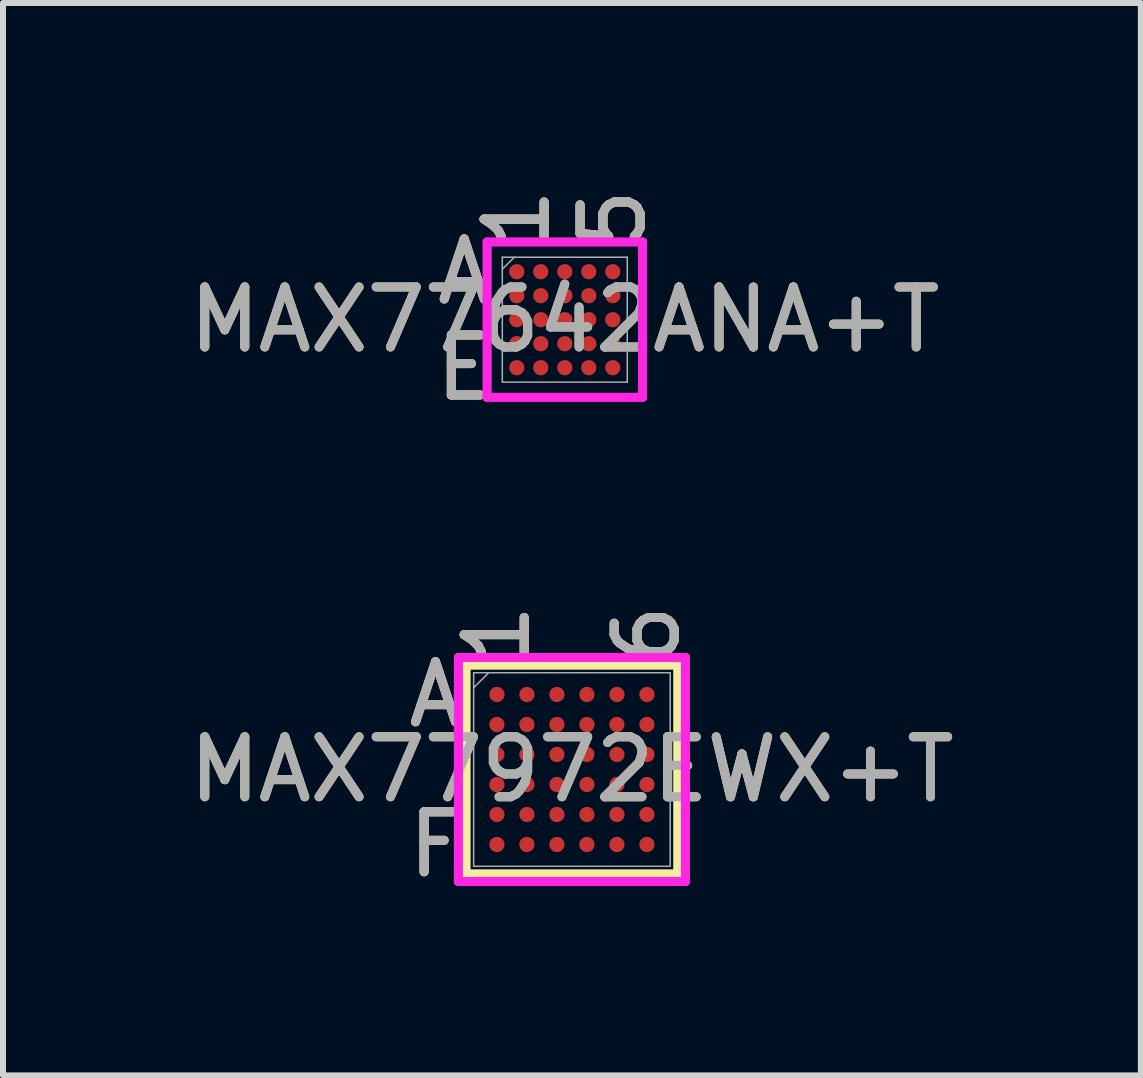
<source format=kicad_pcb>
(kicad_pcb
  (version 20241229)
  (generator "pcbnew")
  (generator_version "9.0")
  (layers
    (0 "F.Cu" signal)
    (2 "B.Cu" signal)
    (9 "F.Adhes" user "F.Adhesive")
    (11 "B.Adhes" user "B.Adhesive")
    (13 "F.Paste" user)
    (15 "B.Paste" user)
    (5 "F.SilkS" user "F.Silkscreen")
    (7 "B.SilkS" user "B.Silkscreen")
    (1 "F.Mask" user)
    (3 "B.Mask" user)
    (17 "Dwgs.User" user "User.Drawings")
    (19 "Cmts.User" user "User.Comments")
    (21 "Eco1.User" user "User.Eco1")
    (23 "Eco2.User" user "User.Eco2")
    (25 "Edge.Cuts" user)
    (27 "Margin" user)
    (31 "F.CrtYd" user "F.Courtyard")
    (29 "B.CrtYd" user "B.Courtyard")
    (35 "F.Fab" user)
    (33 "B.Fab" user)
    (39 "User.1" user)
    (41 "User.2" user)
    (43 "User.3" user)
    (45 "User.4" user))
  (footprint "MAX77972EWX+T"
    (layer "F.Cu")
    (at 6.482 9.775)
    (property "Reference" "MAX77972EWX+T" (at 0 0 0) (unlocked yes) (layer "F.SilkS") (effects (font (size 1 1) (thickness 0.15))))
    (attr smd)
    (fp_line (start -1.765 -1.74) (end -1.765 1.74) (stroke (width 0.152) (type solid)) (layer "F.SilkS"))
    (fp_line (start -1.765 1.74) (end 1.765 1.74) (stroke (width 0.152) (type solid)) (layer "F.SilkS"))
    (fp_line (start 1.765 -1.74) (end -1.765 -1.74) (stroke (width 0.152) (type solid)) (layer "F.SilkS"))
    (fp_line (start 1.765 1.74) (end 1.765 -1.74) (stroke (width 0.152) (type solid)) (layer "F.SilkS"))
    (fp_poly (pts (xy -1.944 -1.944) (xy 1.944 -1.944) (xy 1.944 1.944) (xy -1.944 1.944)) (stroke (width 0.1) (type solid)) (fill no) (layer "Eco2.User"))
    (fp_line (start -1.892 -1.867) (end 1.892 -1.867) (stroke (width 0.152) (type solid)) (layer "F.CrtYd"))
    (fp_line (start -1.892 1.867) (end -1.892 -1.867) (stroke (width 0.152) (type solid)) (layer "F.CrtYd"))
    (fp_line (start 1.892 -1.867) (end 1.892 1.867) (stroke (width 0.152) (type solid)) (layer "F.CrtYd"))
    (fp_line (start 1.892 1.867) (end -1.892 1.867) (stroke (width 0.152) (type solid)) (layer "F.CrtYd"))
    (fp_line (start -1.638 -1.613) (end -1.638 1.613) (stroke (width 0.025) (type solid)) (layer "F.Fab"))
    (fp_line (start -1.638 1.613) (end 1.638 1.613) (stroke (width 0.025) (type solid)) (layer "F.Fab"))
    (fp_line (start -1.388 -1.613) (end -1.638 -1.363) (stroke (width 0.025) (type solid)) (layer "F.Fab"))
    (fp_line (start 1.638 -1.613) (end -1.638 -1.613) (stroke (width 0.025) (type solid)) (layer "F.Fab"))
    (fp_line (start 1.638 1.613) (end 1.638 -1.613) (stroke (width 0.025) (type solid)) (layer "F.Fab"))
    (fp_text user "F" (at -2.273 1.25 0) (unlocked yes) (layer "F.SilkS") (effects (font (size 1 1) (thickness 0.15))))
    (fp_text user "6" (at 1.25 -2.248 90) (unlocked yes) (layer "F.SilkS") (effects (font (size 1 1) (thickness 0.15))))
    (fp_text user "A" (at -2.273 -1.25 0) (unlocked yes) (layer "F.SilkS") (effects (font (size 1 1) (thickness 0.15))))
    (fp_text user "1" (at -1.25 -2.248 90) (unlocked yes) (layer "F.SilkS") (effects (font (size 1 1) (thickness 0.15))))
    (fp_text user "F" (at -2.273 1.25 0) (unlocked yes) (layer "B.SilkS") (effects (font (size 1 1) (thickness 0.15))))
    (fp_text user "6" (at 1.25 -2.248 90) (unlocked yes) (layer "B.SilkS") (effects (font (size 1 1) (thickness 0.15))))
    (fp_text user "1" (at -1.25 -2.248 90) (unlocked yes) (layer "B.SilkS") (effects (font (size 1 1) (thickness 0.15))))
    (fp_text user "A" (at -2.273 -1.25 0) (unlocked yes) (layer "B.SilkS") (effects (font (size 1 1) (thickness 0.15))))
    (fp_text user "A" (at -2.273 -1.25 0) (unlocked yes) (layer "F.Fab") (effects (font (size 1 1) (thickness 0.15))))
    (fp_text user "F" (at -2.273 1.25 0) (unlocked yes) (layer "F.Fab") (effects (font (size 1 1) (thickness 0.15))))
    (fp_text user "1" (at -1.25 -2.248 90) (unlocked yes) (layer "F.Fab") (effects (font (size 1 1) (thickness 0.15))))
    (fp_text user "${REFERENCE}" (at 0 0 0) (unlocked yes) (layer "F.Fab") (effects (font (size 1 1) (thickness 0.15))))
    (fp_text user "6" (at 1.25 -2.248 90) (unlocked yes) (layer "F.Fab") (effects (font (size 1 1) (thickness 0.15))))
    (pad "A1" smd circle (at -1.25 -1.25) (size 0.254 0.254) (layers "F.Cu" "F.Mask" "F.Paste"))
    (pad "A2" smd circle (at -0.75 -1.25) (size 0.254 0.254) (layers "F.Cu" "F.Mask" "F.Paste"))
    (pad "A3" smd circle (at -0.25 -1.25) (size 0.254 0.254) (layers "F.Cu" "F.Mask" "F.Paste"))
    (pad "A4" smd circle (at 0.25 -1.25) (size 0.254 0.254) (layers "F.Cu" "F.Mask" "F.Paste"))
    (pad "A5" smd circle (at 0.75 -1.25) (size 0.254 0.254) (layers "F.Cu" "F.Mask" "F.Paste"))
    (pad "A6" smd circle (at 1.25 -1.25) (size 0.254 0.254) (layers "F.Cu" "F.Mask" "F.Paste"))
    (pad "B1" smd circle (at -1.25 -0.75) (size 0.254 0.254) (layers "F.Cu" "F.Mask" "F.Paste"))
    (pad "B2" smd circle (at -0.75 -0.75) (size 0.254 0.254) (layers "F.Cu" "F.Mask" "F.Paste"))
    (pad "B3" smd circle (at -0.25 -0.75) (size 0.254 0.254) (layers "F.Cu" "F.Mask" "F.Paste"))
    (pad "B4" smd circle (at 0.25 -0.75) (size 0.254 0.254) (layers "F.Cu" "F.Mask" "F.Paste"))
    (pad "B5" smd circle (at 0.75 -0.75) (size 0.254 0.254) (layers "F.Cu" "F.Mask" "F.Paste"))
    (pad "B6" smd circle (at 1.25 -0.75) (size 0.254 0.254) (layers "F.Cu" "F.Mask" "F.Paste"))
    (pad "C1" smd circle (at -1.25 -0.25) (size 0.254 0.254) (layers "F.Cu" "F.Mask" "F.Paste"))
    (pad "C2" smd circle (at -0.75 -0.25) (size 0.254 0.254) (layers "F.Cu" "F.Mask" "F.Paste"))
    (pad "C3" smd circle (at -0.25 -0.25) (size 0.254 0.254) (layers "F.Cu" "F.Mask" "F.Paste"))
    (pad "C4" smd circle (at 0.25 -0.25) (size 0.254 0.254) (layers "F.Cu" "F.Mask" "F.Paste"))
    (pad "C5" smd circle (at 0.75 -0.25) (size 0.254 0.254) (layers "F.Cu" "F.Mask" "F.Paste"))
    (pad "C6" smd circle (at 1.25 -0.25) (size 0.254 0.254) (layers "F.Cu" "F.Mask" "F.Paste"))
    (pad "D1" smd circle (at -1.25 0.25) (size 0.254 0.254) (layers "F.Cu" "F.Mask" "F.Paste"))
    (pad "D2" smd circle (at -0.75 0.25) (size 0.254 0.254) (layers "F.Cu" "F.Mask" "F.Paste"))
    (pad "D3" smd circle (at -0.25 0.25) (size 0.254 0.254) (layers "F.Cu" "F.Mask" "F.Paste"))
    (pad "D4" smd circle (at 0.25 0.25) (size 0.254 0.254) (layers "F.Cu" "F.Mask" "F.Paste"))
    (pad "D5" smd circle (at 0.75 0.25) (size 0.254 0.254) (layers "F.Cu" "F.Mask" "F.Paste"))
    (pad "D6" smd circle (at 1.25 0.25) (size 0.254 0.254) (layers "F.Cu" "F.Mask" "F.Paste"))
    (pad "E1" smd circle (at -1.25 0.75) (size 0.254 0.254) (layers "F.Cu" "F.Mask" "F.Paste"))
    (pad "E2" smd circle (at -0.75 0.75) (size 0.254 0.254) (layers "F.Cu" "F.Mask" "F.Paste"))
    (pad "E3" smd circle (at -0.25 0.75) (size 0.254 0.254) (layers "F.Cu" "F.Mask" "F.Paste"))
    (pad "E4" smd circle (at 0.25 0.75) (size 0.254 0.254) (layers "F.Cu" "F.Mask" "F.Paste"))
    (pad "E5" smd circle (at 0.75 0.75) (size 0.254 0.254) (layers "F.Cu" "F.Mask" "F.Paste"))
    (pad "E6" smd circle (at 1.25 0.75) (size 0.254 0.254) (layers "F.Cu" "F.Mask" "F.Paste"))
    (pad "F1" smd circle (at -1.25 1.25) (size 0.254 0.254) (layers "F.Cu" "F.Mask" "F.Paste"))
    (pad "F2" smd circle (at -0.75 1.25) (size 0.254 0.254) (layers "F.Cu" "F.Mask" "F.Paste"))
    (pad "F3" smd circle (at -0.25 1.25) (size 0.254 0.254) (layers "F.Cu" "F.Mask" "F.Paste"))
    (pad "F4" smd circle (at 0.25 1.25) (size 0.254 0.254) (layers "F.Cu" "F.Mask" "F.Paste"))
    (pad "F5" smd circle (at 0.75 1.25) (size 0.254 0.254) (layers "F.Cu" "F.Mask" "F.Paste"))
    (pad "F6" smd circle (at 1.25 1.25) (size 0.254 0.254) (layers "F.Cu" "F.Mask" "F.Paste")))
  (footprint "MAX77642ANA+T"
    (layer "F.Cu")
    (at 6.363 2.278)
    (property "Reference" "MAX77642ANA+T" (at 0 0 0) (unlocked yes) (layer "F.SilkS") (effects (font (size 1 1) (thickness 0.15))))
    (attr smd)
    (fp_poly (pts (xy -1.445 -1.445) (xy 1.445 -1.445) (xy 1.445 1.445) (xy -1.445 1.445)) (stroke (width 0.1) (type solid)) (fill no) (layer "Eco2.User"))
    (fp_line (start -1.295 -1.295) (end 1.295 -1.295) (stroke (width 0.152) (type solid)) (layer "F.CrtYd"))
    (fp_line (start -1.295 1.295) (end -1.295 -1.295) (stroke (width 0.152) (type solid)) (layer "F.CrtYd"))
    (fp_line (start 1.295 -1.295) (end 1.295 1.295) (stroke (width 0.152) (type solid)) (layer "F.CrtYd"))
    (fp_line (start 1.295 1.295) (end -1.295 1.295) (stroke (width 0.152) (type solid)) (layer "F.CrtYd"))
    (fp_line (start -1.041 -1.041) (end -1.041 1.041) (stroke (width 0.025) (type solid)) (layer "F.Fab"))
    (fp_line (start -1.041 1.041) (end 1.041 1.041) (stroke (width 0.025) (type solid)) (layer "F.Fab"))
    (fp_line (start -0.841 -1.041) (end -1.041 -0.841) (stroke (width 0.025) (type solid)) (layer "F.Fab"))
    (fp_line (start 1.041 -1.041) (end -1.041 -1.041) (stroke (width 0.025) (type solid)) (layer "F.Fab"))
    (fp_line (start 1.041 1.041) (end 1.041 -1.041) (stroke (width 0.025) (type solid)) (layer "F.Fab"))
    (fp_text user "1" (at -0.8 -1.676 90) (unlocked yes) (layer "F.SilkS") (effects (font (size 1 1) (thickness 0.15))))
    (fp_text user "5" (at 0.8 -1.676 90) (unlocked yes) (layer "F.SilkS") (effects (font (size 1 1) (thickness 0.15))))
    (fp_text user "E" (at -1.676 0.8 0) (unlocked yes) (layer "F.SilkS") (effects (font (size 1 1) (thickness 0.15))))
    (fp_text user "A" (at -1.676 -0.8 0) (unlocked yes) (layer "F.SilkS") (effects (font (size 1 1) (thickness 0.15))))
    (fp_text user "A" (at -1.676 -0.8 0) (unlocked yes) (layer "B.SilkS") (effects (font (size 1 1) (thickness 0.15))))
    (fp_text user "5" (at 0.8 -1.676 90) (unlocked yes) (layer "B.SilkS") (effects (font (size 1 1) (thickness 0.15))))
    (fp_text user "E" (at -1.676 0.8 0) (unlocked yes) (layer "B.SilkS") (effects (font (size 1 1) (thickness 0.15))))
    (fp_text user "1" (at -0.8 -1.676 90) (unlocked yes) (layer "B.SilkS") (effects (font (size 1 1) (thickness 0.15))))
    (fp_text user "5" (at 0.8 -1.676 90) (unlocked yes) (layer "F.Fab") (effects (font (size 1 1) (thickness 0.15))))
    (fp_text user "A" (at -1.676 -0.8 0) (unlocked yes) (layer "F.Fab") (effects (font (size 1 1) (thickness 0.15))))
    (fp_text user "1" (at -0.8 -1.676 90) (unlocked yes) (layer "F.Fab") (effects (font (size 1 1) (thickness 0.15))))
    (fp_text user "E" (at -1.676 0.8 0) (unlocked yes) (layer "F.Fab") (effects (font (size 1 1) (thickness 0.15))))
    (fp_text user "${REFERENCE}" (at 0 0 0) (unlocked yes) (layer "F.Fab") (effects (font (size 1 1) (thickness 0.15))))
    (pad "A1" smd circle (at -0.8 -0.8) (size 0.254 0.254) (layers "F.Cu" "F.Mask" "F.Paste"))
    (pad "A2" smd circle (at -0.4 -0.8) (size 0.254 0.254) (layers "F.Cu" "F.Mask" "F.Paste"))
    (pad "A3" smd circle (at 0 -0.8) (size 0.254 0.254) (layers "F.Cu" "F.Mask" "F.Paste"))
    (pad "A4" smd circle (at 0.4 -0.8) (size 0.254 0.254) (layers "F.Cu" "F.Mask" "F.Paste"))
    (pad "A5" smd circle (at 0.8 -0.8) (size 0.254 0.254) (layers "F.Cu" "F.Mask" "F.Paste"))
    (pad "B1" smd circle (at -0.8 -0.4) (size 0.254 0.254) (layers "F.Cu" "F.Mask" "F.Paste"))
    (pad "B2" smd circle (at -0.4 -0.4) (size 0.254 0.254) (layers "F.Cu" "F.Mask" "F.Paste"))
    (pad "B3" smd circle (at 0 -0.4) (size 0.254 0.254) (layers "F.Cu" "F.Mask" "F.Paste"))
    (pad "B4" smd circle (at 0.4 -0.4) (size 0.254 0.254) (layers "F.Cu" "F.Mask" "F.Paste"))
    (pad "B5" smd circle (at 0.8 -0.4) (size 0.254 0.254) (layers "F.Cu" "F.Mask" "F.Paste"))
    (pad "C1" smd circle (at -0.8 0) (size 0.254 0.254) (layers "F.Cu" "F.Mask" "F.Paste"))
    (pad "C2" smd circle (at -0.4 0) (size 0.254 0.254) (layers "F.Cu" "F.Mask" "F.Paste"))
    (pad "C3" smd circle (at 0 0) (size 0.254 0.254) (layers "F.Cu" "F.Mask" "F.Paste"))
    (pad "C4" smd circle (at 0.4 0) (size 0.254 0.254) (layers "F.Cu" "F.Mask" "F.Paste"))
    (pad "C5" smd circle (at 0.8 0) (size 0.254 0.254) (layers "F.Cu" "F.Mask" "F.Paste"))
    (pad "D1" smd circle (at -0.8 0.4) (size 0.254 0.254) (layers "F.Cu" "F.Mask" "F.Paste"))
    (pad "D2" smd circle (at -0.4 0.4) (size 0.254 0.254) (layers "F.Cu" "F.Mask" "F.Paste"))
    (pad "D3" smd circle (at 0 0.4) (size 0.254 0.254) (layers "F.Cu" "F.Mask" "F.Paste"))
    (pad "D4" smd circle (at 0.4 0.4) (size 0.254 0.254) (layers "F.Cu" "F.Mask" "F.Paste"))
    (pad "D5" smd circle (at 0.8 0.4) (size 0.254 0.254) (layers "F.Cu" "F.Mask" "F.Paste"))
    (pad "E1" smd circle (at -0.8 0.8) (size 0.254 0.254) (layers "F.Cu" "F.Mask" "F.Paste"))
    (pad "E2" smd circle (at -0.4 0.8) (size 0.254 0.254) (layers "F.Cu" "F.Mask" "F.Paste"))
    (pad "E3" smd circle (at 0 0.8) (size 0.254 0.254) (layers "F.Cu" "F.Mask" "F.Paste"))
    (pad "E4" smd circle (at 0.4 0.8) (size 0.254 0.254) (layers "F.Cu" "F.Mask" "F.Paste"))
    (pad "E5" smd circle (at 0.8 0.8) (size 0.254 0.254) (layers "F.Cu" "F.Mask" "F.Paste")))
  (gr_rect
    (start -3 -3)
    (end 15.964 14.873)
    (stroke (width 0.1) (type default))
    (fill no)
    (layer "Edge.Cuts")))
</source>
